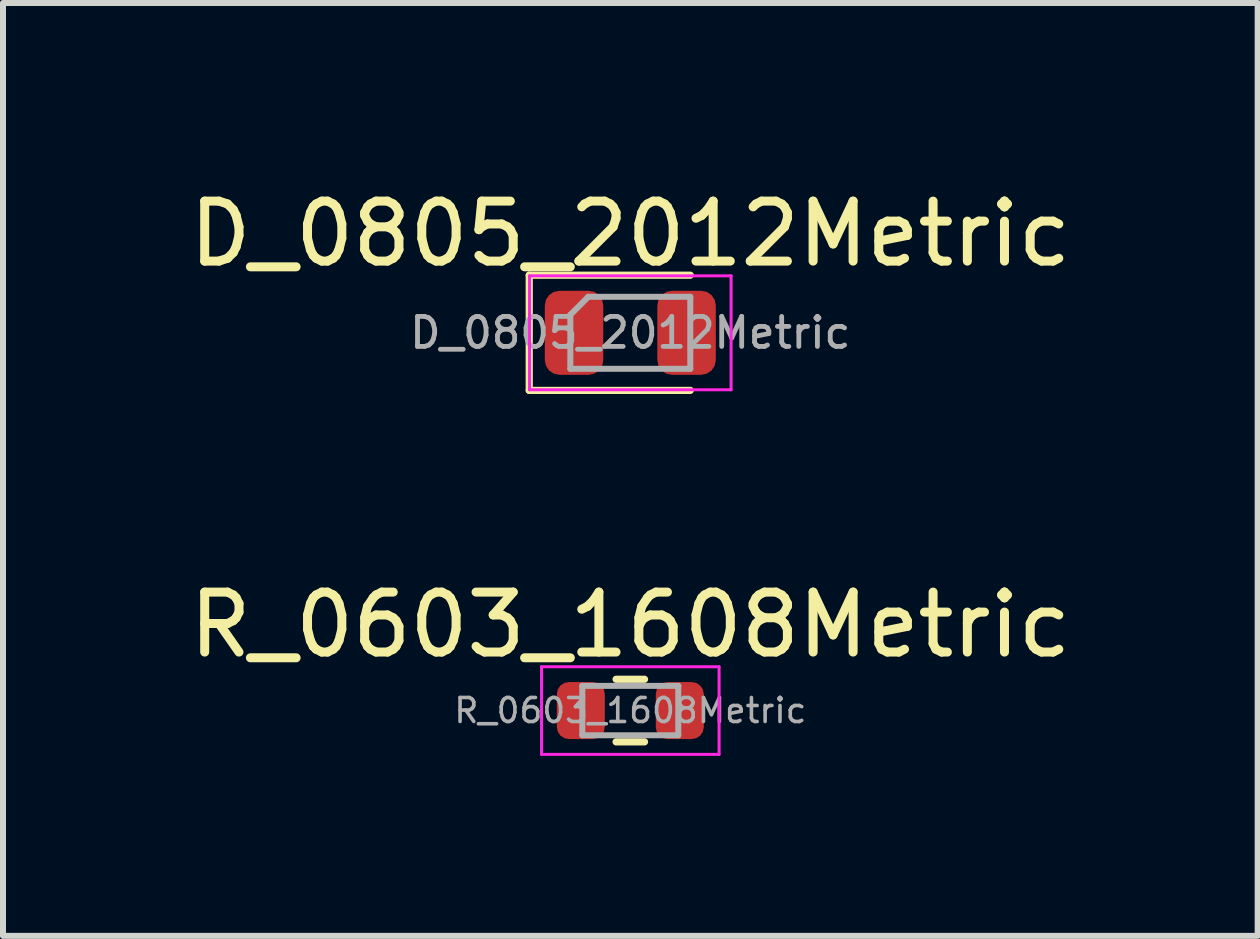
<source format=kicad_pcb>
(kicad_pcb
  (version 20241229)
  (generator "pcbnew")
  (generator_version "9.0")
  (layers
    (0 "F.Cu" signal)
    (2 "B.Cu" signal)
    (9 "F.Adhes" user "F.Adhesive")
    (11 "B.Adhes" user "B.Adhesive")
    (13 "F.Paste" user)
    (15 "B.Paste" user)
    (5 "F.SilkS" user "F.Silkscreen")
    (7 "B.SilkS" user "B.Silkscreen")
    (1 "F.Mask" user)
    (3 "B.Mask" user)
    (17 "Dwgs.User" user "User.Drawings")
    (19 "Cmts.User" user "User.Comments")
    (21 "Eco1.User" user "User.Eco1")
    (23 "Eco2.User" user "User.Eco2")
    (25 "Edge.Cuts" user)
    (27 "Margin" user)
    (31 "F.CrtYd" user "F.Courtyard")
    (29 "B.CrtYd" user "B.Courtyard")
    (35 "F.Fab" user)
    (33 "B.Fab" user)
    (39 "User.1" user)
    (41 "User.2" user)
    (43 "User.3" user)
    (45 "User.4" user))
  (footprint "D_0805_2012Metric"
    (layer "F.Cu")
    (at 7.458 2.498)
    (property "Reference" "D_0805_2012Metric" (at 0 -1.65 0) (layer "F.SilkS") (effects (font (size 1 1) (thickness 0.15))))
    (attr smd)
    (fp_line (start -1.685 -0.96) (end -1.685 0.96) (stroke (width 0.12) (type solid)) (layer "F.SilkS"))
    (fp_line (start -1.685 0.96) (end 1 0.96) (stroke (width 0.12) (type solid)) (layer "F.SilkS"))
    (fp_line (start 1 -0.96) (end -1.685 -0.96) (stroke (width 0.12) (type solid)) (layer "F.SilkS"))
    (fp_line (start -1.68 -0.95) (end 1.68 -0.95) (stroke (width 0.05) (type solid)) (layer "F.CrtYd"))
    (fp_line (start -1.68 0.95) (end -1.68 -0.95) (stroke (width 0.05) (type solid)) (layer "F.CrtYd"))
    (fp_line (start 1.68 -0.95) (end 1.68 0.95) (stroke (width 0.05) (type solid)) (layer "F.CrtYd"))
    (fp_line (start 1.68 0.95) (end -1.68 0.95) (stroke (width 0.05) (type solid)) (layer "F.CrtYd"))
    (fp_line (start -1 -0.3) (end -1 0.6) (stroke (width 0.1) (type solid)) (layer "F.Fab"))
    (fp_line (start -1 0.6) (end 1 0.6) (stroke (width 0.1) (type solid)) (layer "F.Fab"))
    (fp_line (start -0.7 -0.6) (end -1 -0.3) (stroke (width 0.1) (type solid)) (layer "F.Fab"))
    (fp_line (start 1 -0.6) (end -0.7 -0.6) (stroke (width 0.1) (type solid)) (layer "F.Fab"))
    (fp_line (start 1 0.6) (end 1 -0.6) (stroke (width 0.1) (type solid)) (layer "F.Fab"))
    (fp_text user "${REFERENCE}" (at 0 0 0) (layer "F.Fab") (effects (font (size 0.5 0.5) (thickness 0.08))))
    (pad "1" smd roundrect (at -0.938 0) (size 0.975 1.4) (layers "F.Cu" "F.Mask" "F.Paste") (roundrect_rratio 0.25))
    (pad "2" smd roundrect (at 0.938 0) (size 0.975 1.4) (layers "F.Cu" "F.Mask" "F.Paste") (roundrect_rratio 0.25)))
  (footprint "R_0603_1608Metric"
    (layer "F.Cu")
    (at 7.458 8.796)
    (property "Reference" "R_0603_1608Metric" (at 0 -1.43 0) (layer "F.SilkS") (effects (font (size 1 1) (thickness 0.15))))
    (attr smd)
    (fp_line (start -0.237 -0.522) (end 0.237 -0.522) (stroke (width 0.12) (type solid)) (layer "F.SilkS"))
    (fp_line (start -0.237 0.522) (end 0.237 0.522) (stroke (width 0.12) (type solid)) (layer "F.SilkS"))
    (fp_line (start -1.48 -0.73) (end 1.48 -0.73) (stroke (width 0.05) (type solid)) (layer "F.CrtYd"))
    (fp_line (start -1.48 0.73) (end -1.48 -0.73) (stroke (width 0.05) (type solid)) (layer "F.CrtYd"))
    (fp_line (start 1.48 -0.73) (end 1.48 0.73) (stroke (width 0.05) (type solid)) (layer "F.CrtYd"))
    (fp_line (start 1.48 0.73) (end -1.48 0.73) (stroke (width 0.05) (type solid)) (layer "F.CrtYd"))
    (fp_line (start -0.8 -0.412) (end 0.8 -0.412) (stroke (width 0.1) (type solid)) (layer "F.Fab"))
    (fp_line (start -0.8 0.412) (end -0.8 -0.412) (stroke (width 0.1) (type solid)) (layer "F.Fab"))
    (fp_line (start 0.8 -0.412) (end 0.8 0.412) (stroke (width 0.1) (type solid)) (layer "F.Fab"))
    (fp_line (start 0.8 0.412) (end -0.8 0.412) (stroke (width 0.1) (type solid)) (layer "F.Fab"))
    (fp_text user "${REFERENCE}" (at 0 0 0) (layer "F.Fab") (effects (font (size 0.4 0.4) (thickness 0.06))))
    (pad "1" smd roundrect (at -0.825 0) (size 0.8 0.95) (layers "F.Cu" "F.Mask" "F.Paste") (roundrect_rratio 0.25))
    (pad "2" smd roundrect (at 0.825 0) (size 0.8 0.95) (layers "F.Cu" "F.Mask" "F.Paste") (roundrect_rratio 0.25)))
  (gr_rect
    (start -3 -3)
    (end 17.917 12.552)
    (stroke (width 0.1) (type default))
    (fill no)
    (layer "Edge.Cuts")))
</source>
